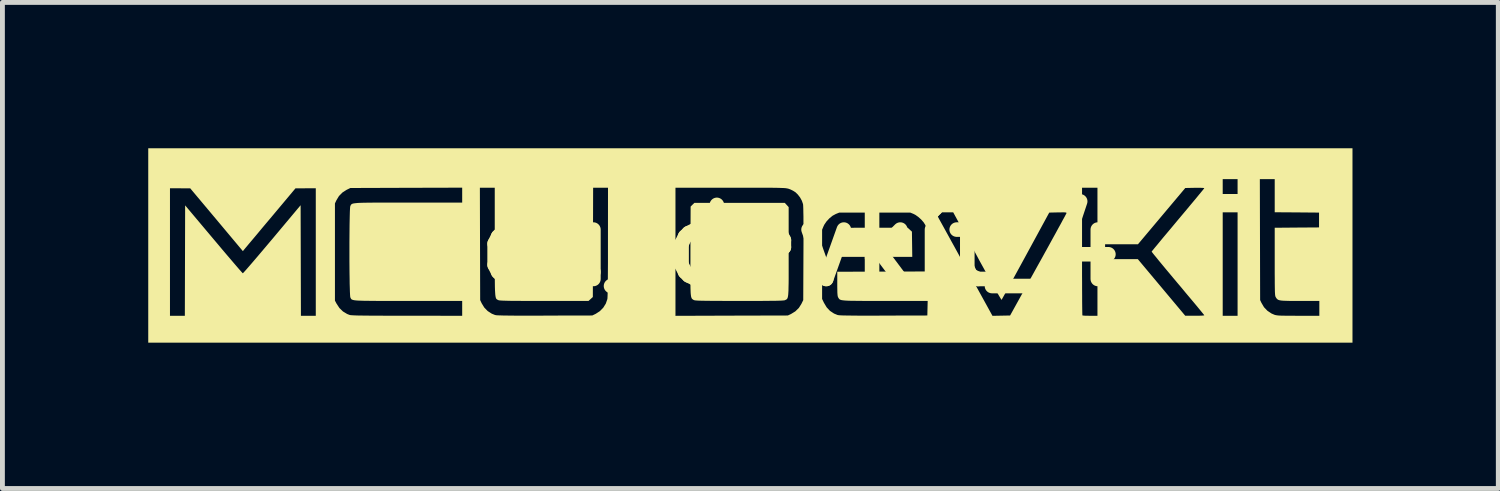
<source format=kicad_pcb>
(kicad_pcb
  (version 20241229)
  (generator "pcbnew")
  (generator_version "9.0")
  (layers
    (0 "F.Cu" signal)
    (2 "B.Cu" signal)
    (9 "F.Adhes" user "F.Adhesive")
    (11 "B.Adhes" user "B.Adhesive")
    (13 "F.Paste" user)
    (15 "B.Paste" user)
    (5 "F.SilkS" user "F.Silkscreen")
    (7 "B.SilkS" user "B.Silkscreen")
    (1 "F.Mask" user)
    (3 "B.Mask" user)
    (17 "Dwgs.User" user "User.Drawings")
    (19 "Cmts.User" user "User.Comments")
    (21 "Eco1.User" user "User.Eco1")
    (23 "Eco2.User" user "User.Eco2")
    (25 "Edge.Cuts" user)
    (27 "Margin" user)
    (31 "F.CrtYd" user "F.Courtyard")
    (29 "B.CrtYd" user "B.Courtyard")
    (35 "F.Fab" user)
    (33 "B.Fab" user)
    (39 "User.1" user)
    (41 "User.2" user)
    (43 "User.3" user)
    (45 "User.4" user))
  (footprint "mcu_devkit_4"
    (layer "F.Cu")
    (at 12.388 2)
    (property "Reference" "mcu_devkit_4" (at 0 0 0) (layer "F.SilkS") (effects (font (size 1.524 1.524) (thickness 0.3))))
    (attr board_only exclude_from_pos_files exclude_from_bom)
    (fp_poly (pts (xy 3.324 -0.284) (xy 3.331 0.235) (xy 1.788 0.235) (xy 1.788 -0.011) (xy 1.789 -0.087) (xy 1.79 -0.156) (xy 1.793 -0.215) (xy 1.795 -0.259) (xy 1.799 -0.284) (xy 1.8 -0.287) (xy 1.817 -0.314) (xy 1.846 -0.339) (xy 1.85 -0.341) (xy 1.859 -0.346) (xy 1.869 -0.35) (xy 1.882 -0.354) (xy 1.901 -0.357) (xy 1.926 -0.359) (xy 1.961 -0.361) (xy 2.006 -0.362) (xy 2.065 -0.363) (xy 2.137 -0.364) (xy 2.227 -0.364) (xy 2.335 -0.365) (xy 2.463 -0.365) (xy 2.562 -0.365) (xy 3.236 -0.365)) (stroke (width 0) (type solid)) (fill yes) (layer "F.SilkS"))
    (fp_poly (pts (xy 0.748 -0.833) (xy 0.788 -0.789) (xy 0.788 0.124) (xy 0.788 0.297) (xy 0.788 0.448) (xy 0.788 0.578) (xy 0.788 0.69) (xy 0.787 0.784) (xy 0.785 0.863) (xy 0.784 0.927) (xy 0.781 0.978) (xy 0.778 1.019) (xy 0.773 1.05) (xy 0.768 1.073) (xy 0.761 1.089) (xy 0.754 1.101) (xy 0.745 1.109) (xy 0.734 1.115) (xy 0.722 1.121) (xy 0.718 1.123) (xy 0.709 1.127) (xy 0.696 1.13) (xy 0.675 1.132) (xy 0.647 1.134) (xy 0.61 1.136) (xy 0.561 1.137) (xy 0.5 1.139) (xy 0.425 1.139) (xy 0.334 1.14) (xy 0.225 1.141) (xy 0.098 1.141) (xy -0.05 1.141) (xy -0.219 1.141) (xy -0.226 1.141) (xy -0.395 1.141) (xy -0.541 1.141) (xy -0.668 1.14) (xy -0.775 1.14) (xy -0.866 1.139) (xy -0.941 1.138) (xy -1.001 1.137) (xy -1.05 1.136) (xy -1.087 1.134) (xy -1.116 1.132) (xy -1.136 1.13) (xy -1.151 1.127) (xy -1.161 1.124) (xy -1.168 1.121) (xy -1.18 1.113) (xy -1.191 1.106) (xy -1.2 1.097) (xy -1.208 1.086) (xy -1.214 1.07) (xy -1.22 1.048) (xy -1.224 1.019) (xy -1.228 0.98) (xy -1.23 0.931) (xy -1.232 0.869) (xy -1.233 0.794) (xy -1.234 0.703) (xy -1.234 0.595) (xy -1.234 0.469) (xy -1.233 0.323) (xy -1.233 0.155) (xy -1.233 0.113) (xy -1.229 -0.8) (xy -1.191 -0.838) (xy -1.152 -0.876) (xy 0.708 -0.876)) (stroke (width 0) (type solid)) (fill yes) (layer "F.SilkS"))
    (fp_poly (pts (xy 12.388 2) (xy -12.388 2) (xy -12.388 1.448) (xy -1.541 1.448) (xy -0.385 1.444) (xy 0.771 1.441) (xy 0.837 1.41) (xy 0.925 1.356) (xy 0.997 1.286) (xy 1.05 1.202) (xy 1.088 1.124) (xy 1.088 1.1) (xy 1.476 1.1) (xy 1.513 1.178) (xy 1.569 1.272) (xy 1.638 1.346) (xy 1.721 1.401) (xy 1.792 1.43) (xy 1.806 1.433) (xy 1.828 1.436) (xy 1.86 1.438) (xy 1.903 1.44) (xy 1.959 1.441) (xy 2.028 1.442) (xy 2.114 1.443) (xy 2.216 1.444) (xy 2.337 1.444) (xy 2.477 1.444) (xy 2.639 1.444) (xy 2.741 1.443) (xy 3.641 1.441) (xy 3.648 1.141) (xy 2.776 1.141) (xy 2.606 1.141) (xy 2.459 1.141) (xy 2.332 1.141) (xy 2.224 1.14) (xy 2.133 1.139) (xy 2.057 1.138) (xy 1.996 1.136) (xy 1.946 1.133) (xy 1.908 1.129) (xy 1.879 1.125) (xy 1.857 1.119) (xy 1.842 1.112) (xy 1.83 1.104) (xy 1.822 1.094) (xy 1.815 1.083) (xy 1.808 1.072) (xy 1.801 1.057) (xy 1.796 1.038) (xy 1.793 1.01) (xy 1.79 0.971) (xy 1.789 0.918) (xy 1.788 0.846) (xy 1.788 0.789) (xy 1.788 0.541) (xy 2.715 0.538) (xy 3.641 0.535) (xy 3.645 0.176) (xy 3.645 0.045) (xy 3.645 -0.065) (xy 3.642 -0.156) (xy 3.638 -0.232) (xy 3.632 -0.293) (xy 3.624 -0.343) (xy 3.613 -0.384) (xy 3.6 -0.418) (xy 3.598 -0.423) (xy 3.564 -0.477) (xy 3.514 -0.534) (xy 3.456 -0.586) (xy 3.397 -0.628) (xy 3.357 -0.649) (xy 3.29 -0.676) (xy 3.821 -0.676) (xy 3.824 -0.664) (xy 3.836 -0.635) (xy 3.857 -0.594) (xy 3.883 -0.544) (xy 3.89 -0.532) (xy 3.907 -0.501) (xy 3.935 -0.451) (xy 3.972 -0.384) (xy 4.017 -0.302) (xy 4.07 -0.206) (xy 4.129 -0.098) (xy 4.194 0.019) (xy 4.263 0.145) (xy 4.336 0.278) (xy 4.412 0.415) (xy 4.474 0.527) (xy 4.981 1.448) (xy 5.344 1.441) (xy 5.92 0.4) (xy 6.001 0.255) (xy 6.074 0.122) (xy 6.824 0.122) (xy 6.824 0.295) (xy 6.824 0.462) (xy 6.824 0.621) (xy 6.825 0.77) (xy 6.825 0.909) (xy 6.826 1.034) (xy 6.826 1.146) (xy 6.827 1.241) (xy 6.828 1.32) (xy 6.829 1.38) (xy 6.83 1.42) (xy 6.831 1.438) (xy 6.831 1.439) (xy 6.845 1.442) (xy 6.878 1.445) (xy 6.925 1.446) (xy 6.982 1.447) (xy 6.99 1.447) (xy 7.141 1.447) (xy 9.718 1.447) (xy 10.024 1.447) (xy 10.024 -0.682) (xy 9.718 -0.682) (xy 9.718 1.447) (xy 7.141 1.447) (xy 7.141 0.282) (xy 7.972 0.282) (xy 8.947 1.446) (xy 9.145 1.446) (xy 9.223 1.446) (xy 9.282 1.444) (xy 9.321 1.441) (xy 9.338 1.437) (xy 9.339 1.435) (xy 9.331 1.425) (xy 9.309 1.398) (xy 9.274 1.355) (xy 9.228 1.299) (xy 9.172 1.231) (xy 9.106 1.152) (xy 9.032 1.064) (xy 8.952 0.969) (xy 8.867 0.866) (xy 8.794 0.78) (xy 8.705 0.674) (xy 8.621 0.573) (xy 8.542 0.479) (xy 8.471 0.393) (xy 8.407 0.316) (xy 8.354 0.25) (xy 8.31 0.197) (xy 8.279 0.158) (xy 8.261 0.134) (xy 8.256 0.126) (xy 8.264 0.116) (xy 8.286 0.089) (xy 8.32 0.047) (xy 8.367 -0.009) (xy 8.423 -0.077) (xy 8.488 -0.156) (xy 8.562 -0.244) (xy 8.642 -0.339) (xy 8.727 -0.441) (xy 8.797 -0.525) (xy 8.886 -0.631) (xy 8.971 -0.732) (xy 9.049 -0.826) (xy 9.121 -0.912) (xy 9.185 -0.989) (xy 9.239 -1.055) (xy 9.243 -1.059) (xy 9.718 -1.059) (xy 10.024 -1.059) (xy 10.024 -1.365) (xy 10.482 -1.365) (xy 10.485 -0.121) (xy 10.488 1.124) (xy 10.515 1.181) (xy 10.568 1.271) (xy 10.638 1.344) (xy 10.722 1.4) (xy 10.78 1.425) (xy 10.798 1.431) (xy 10.819 1.435) (xy 10.845 1.439) (xy 10.878 1.442) (xy 10.922 1.444) (xy 10.979 1.445) (xy 11.051 1.446) (xy 11.141 1.446) (xy 11.251 1.447) (xy 11.274 1.447) (xy 11.706 1.447) (xy 11.706 1.141) (xy 11.305 1.141) (xy 11.191 1.141) (xy 11.097 1.141) (xy 11.022 1.139) (xy 10.964 1.137) (xy 10.919 1.133) (xy 10.886 1.127) (xy 10.861 1.119) (xy 10.844 1.108) (xy 10.83 1.095) (xy 10.818 1.078) (xy 10.811 1.067) (xy 10.806 1.058) (xy 10.802 1.048) (xy 10.799 1.035) (xy 10.796 1.016) (xy 10.794 0.99) (xy 10.792 0.955) (xy 10.791 0.909) (xy 10.79 0.85) (xy 10.789 0.777) (xy 10.789 0.687) (xy 10.788 0.579) (xy 10.788 0.451) (xy 10.788 0.332) (xy 10.788 -0.364) (xy 11.244 -0.368) (xy 11.7 -0.371) (xy 11.7 -0.676) (xy 11.244 -0.68) (xy 10.788 -0.683) (xy 10.788 -1.365) (xy 10.482 -1.365) (xy 10.024 -1.365) (xy 9.718 -1.365) (xy 9.718 -1.059) (xy 9.243 -1.059) (xy 9.283 -1.108) (xy 9.315 -1.147) (xy 9.334 -1.171) (xy 9.339 -1.178) (xy 9.33 -1.182) (xy 9.298 -1.185) (xy 9.248 -1.186) (xy 9.179 -1.186) (xy 9.146 -1.186) (xy 8.948 -1.182) (xy 8.461 -0.603) (xy 7.974 -0.024) (xy 7.141 -0.024) (xy 7.141 -1.188) (xy 6.824 -1.188) (xy 6.824 0.122) (xy 6.074 0.122) (xy 6.078 0.116) (xy 6.151 -0.017) (xy 6.219 -0.141) (xy 6.282 -0.255) (xy 6.338 -0.358) (xy 6.388 -0.448) (xy 6.429 -0.525) (xy 6.463 -0.586) (xy 6.486 -0.63) (xy 6.5 -0.656) (xy 6.503 -0.662) (xy 6.504 -0.67) (xy 6.498 -0.676) (xy 6.484 -0.679) (xy 6.457 -0.681) (xy 6.414 -0.681) (xy 6.352 -0.68) (xy 6.329 -0.68) (xy 6.149 -0.676) (xy 5.664 0.216) (xy 5.591 0.35) (xy 5.521 0.478) (xy 5.455 0.599) (xy 5.394 0.711) (xy 5.338 0.813) (xy 5.289 0.902) (xy 5.247 0.979) (xy 5.213 1.04) (xy 5.188 1.084) (xy 5.173 1.111) (xy 5.168 1.119) (xy 5.161 1.11) (xy 5.144 1.082) (xy 5.116 1.036) (xy 5.08 0.973) (xy 5.035 0.894) (xy 4.983 0.8) (xy 4.923 0.693) (xy 4.858 0.575) (xy 4.787 0.445) (xy 4.71 0.306) (xy 4.666 0.223) (xy 4.173 -0.682) (xy 4 -0.682) (xy 3.939 -0.682) (xy 3.886 -0.681) (xy 3.846 -0.679) (xy 3.824 -0.677) (xy 3.821 -0.676) (xy 3.29 -0.676) (xy 3.288 -0.676) (xy 1.829 -0.676) (xy 1.759 -0.648) (xy 1.692 -0.612) (xy 1.627 -0.559) (xy 1.568 -0.496) (xy 1.522 -0.429) (xy 1.505 -0.394) (xy 1.476 -0.324) (xy 1.476 1.1) (xy 1.088 1.1) (xy 1.092 0.165) (xy 1.093 -0.031) (xy 1.093 -0.204) (xy 1.093 -0.355) (xy 1.092 -0.484) (xy 1.092 -0.594) (xy 1.09 -0.683) (xy 1.089 -0.753) (xy 1.087 -0.805) (xy 1.085 -0.84) (xy 1.082 -0.855) (xy 1.06 -0.919) (xy 1.023 -0.987) (xy 0.975 -1.049) (xy 0.924 -1.098) (xy 0.921 -1.099) (xy 0.878 -1.126) (xy 0.825 -1.152) (xy 0.79 -1.165) (xy 0.777 -1.169) (xy 0.763 -1.172) (xy 0.747 -1.175) (xy 0.728 -1.178) (xy 0.704 -1.18) (xy 0.673 -1.182) (xy 0.634 -1.183) (xy 0.585 -1.185) (xy 0.525 -1.186) (xy 0.453 -1.187) (xy 0.367 -1.187) (xy 0.266 -1.188) (xy 0.148 -1.188) (xy 0.011 -1.188) (xy -0.146 -1.188) (xy -0.324 -1.188) (xy -0.413 -1.188) (xy -1.541 -1.188) (xy -1.541 1.448) (xy -12.388 1.448) (xy -12.388 1.447) (xy -11.941 1.447) (xy -11.635 1.447) (xy -11.632 0.311) (xy -11.629 -0.825) (xy -11.042 -0.127) (xy -10.949 -0.017) (xy -10.861 0.088) (xy -10.777 0.187) (xy -10.7 0.277) (xy -10.631 0.358) (xy -10.571 0.428) (xy -10.521 0.486) (xy -10.482 0.53) (xy -10.456 0.559) (xy -10.443 0.572) (xy -10.442 0.573) (xy -10.433 0.564) (xy -10.41 0.539) (xy -10.374 0.499) (xy -10.326 0.444) (xy -10.268 0.377) (xy -10.201 0.299) (xy -10.126 0.211) (xy -10.044 0.114) (xy -9.956 0.01) (xy -9.864 -0.099) (xy -9.841 -0.126) (xy -9.253 -0.828) (xy -9.25 0.31) (xy -9.247 1.447) (xy -8.941 1.447) (xy -8.941 1.135) (xy -8.547 1.135) (xy -8.514 1.197) (xy -8.455 1.287) (xy -8.382 1.358) (xy -8.296 1.41) (xy -8.244 1.43) (xy -8.231 1.433) (xy -8.209 1.435) (xy -8.178 1.437) (xy -8.137 1.439) (xy -8.082 1.441) (xy -8.015 1.442) (xy -7.933 1.443) (xy -7.834 1.444) (xy -7.719 1.445) (xy -7.585 1.445) (xy -7.431 1.446) (xy -7.256 1.446) (xy -7.062 1.446) (xy -5.929 1.447) (xy -5.929 1.141) (xy -7.036 1.141) (xy -7.227 1.141) (xy -7.395 1.141) (xy -7.543 1.141) (xy -7.671 1.141) (xy -7.782 1.14) (xy -7.876 1.139) (xy -7.955 1.138) (xy -8.02 1.136) (xy -8.073 1.134) (xy -8.115 1.131) (xy -8.148 1.127) (xy -8.172 1.122) (xy -8.19 1.116) (xy -8.203 1.11) (xy -8.212 1.102) (xy -8.218 1.093) (xy -8.223 1.083) (xy -8.229 1.071) (xy -8.229 1.071) (xy -8.233 1.052) (xy -8.236 1.012) (xy -8.239 0.953) (xy -8.241 0.878) (xy -8.244 0.787) (xy -8.245 0.685) (xy -8.247 0.572) (xy -8.248 0.451) (xy -8.249 0.325) (xy -8.249 0.195) (xy -8.249 0.065) (xy -8.249 -0.065) (xy -8.248 -0.191) (xy -8.247 -0.312) (xy -8.246 -0.424) (xy -8.244 -0.527) (xy -8.242 -0.617) (xy -8.24 -0.693) (xy -8.237 -0.752) (xy -8.234 -0.792) (xy -8.23 -0.811) (xy -8.224 -0.823) (xy -8.219 -0.833) (xy -8.212 -0.842) (xy -8.203 -0.85) (xy -8.19 -0.857) (xy -8.171 -0.863) (xy -8.146 -0.867) (xy -8.113 -0.871) (xy -8.07 -0.875) (xy -8.016 -0.877) (xy -7.95 -0.879) (xy -7.87 -0.88) (xy -7.775 -0.881) (xy -7.663 -0.882) (xy -7.533 -0.882) (xy -7.385 -0.882) (xy -7.215 -0.882) (xy -7.031 -0.882) (xy -5.929 -0.882) (xy -5.929 -1.188) (xy -5.565 -1.188) (xy -5.562 -0.032) (xy -5.559 1.124) (xy -5.528 1.19) (xy -5.474 1.278) (xy -5.404 1.35) (xy -5.32 1.404) (xy -5.255 1.43) (xy -5.242 1.433) (xy -5.221 1.436) (xy -5.19 1.438) (xy -5.149 1.439) (xy -5.095 1.441) (xy -5.028 1.442) (xy -4.947 1.443) (xy -4.848 1.444) (xy -4.732 1.444) (xy -4.597 1.444) (xy -4.442 1.444) (xy -4.265 1.444) (xy -4.229 1.443) (xy -3.253 1.441) (xy -3.182 1.407) (xy -3.097 1.352) (xy -3.027 1.281) (xy -2.974 1.196) (xy -2.942 1.103) (xy -2.94 1.083) (xy -2.938 1.039) (xy -2.936 0.974) (xy -2.934 0.888) (xy -2.933 0.782) (xy -2.932 0.657) (xy -2.931 0.513) (xy -2.93 0.352) (xy -2.93 0.175) (xy -2.93 -0.018) (xy -2.93 -0.068) (xy -2.929 -1.188) (xy -3.235 -1.188) (xy -3.238 -0.064) (xy -3.241 1.061) (xy -3.285 1.101) (xy -3.329 1.141) (xy -4.242 1.141) (xy -4.412 1.141) (xy -4.561 1.141) (xy -4.689 1.141) (xy -4.799 1.14) (xy -4.891 1.14) (xy -4.967 1.139) (xy -5.029 1.137) (xy -5.078 1.136) (xy -5.116 1.134) (xy -5.145 1.132) (xy -5.165 1.13) (xy -5.179 1.127) (xy -5.188 1.124) (xy -5.189 1.123) (xy -5.2 1.118) (xy -5.21 1.112) (xy -5.219 1.106) (xy -5.227 1.097) (xy -5.234 1.085) (xy -5.239 1.067) (xy -5.244 1.043) (xy -5.248 1.011) (xy -5.251 0.969) (xy -5.254 0.917) (xy -5.256 0.852) (xy -5.257 0.774) (xy -5.258 0.68) (xy -5.258 0.57) (xy -5.259 0.443) (xy -5.259 0.296) (xy -5.259 0.129) (xy -5.259 -0.061) (xy -5.259 -1.188) (xy -5.565 -1.188) (xy -5.929 -1.188) (xy -5.929 -1.189) (xy -7.08 -1.186) (xy -8.23 -1.182) (xy -8.308 -1.144) (xy -8.393 -1.089) (xy -8.464 -1.017) (xy -8.516 -0.931) (xy -8.547 -0.865) (xy -8.547 1.135) (xy -8.941 1.135) (xy -8.941 -1.176) (xy -9.15 -1.176) (xy -9.359 -1.175) (xy -9.876 -0.558) (xy -9.964 -0.454) (xy -10.048 -0.354) (xy -10.126 -0.26) (xy -10.198 -0.174) (xy -10.262 -0.098) (xy -10.317 -0.033) (xy -10.361 0.02) (xy -10.394 0.059) (xy -10.413 0.082) (xy -10.418 0.088) (xy -10.441 0.117) (xy -10.982 -0.529) (xy -11.524 -1.175) (xy -11.732 -1.176) (xy -11.941 -1.176) (xy -11.941 1.447) (xy -12.388 1.447) (xy -12.388 -2) (xy 12.388 -2)) (stroke (width 0) (type solid)) (fill yes) (layer "F.SilkS")))
  (gr_rect
    (start -3 -3)
    (end 27.776 7)
    (stroke (width 0.1) (type default))
    (fill no)
    (layer "Edge.Cuts")))
</source>
